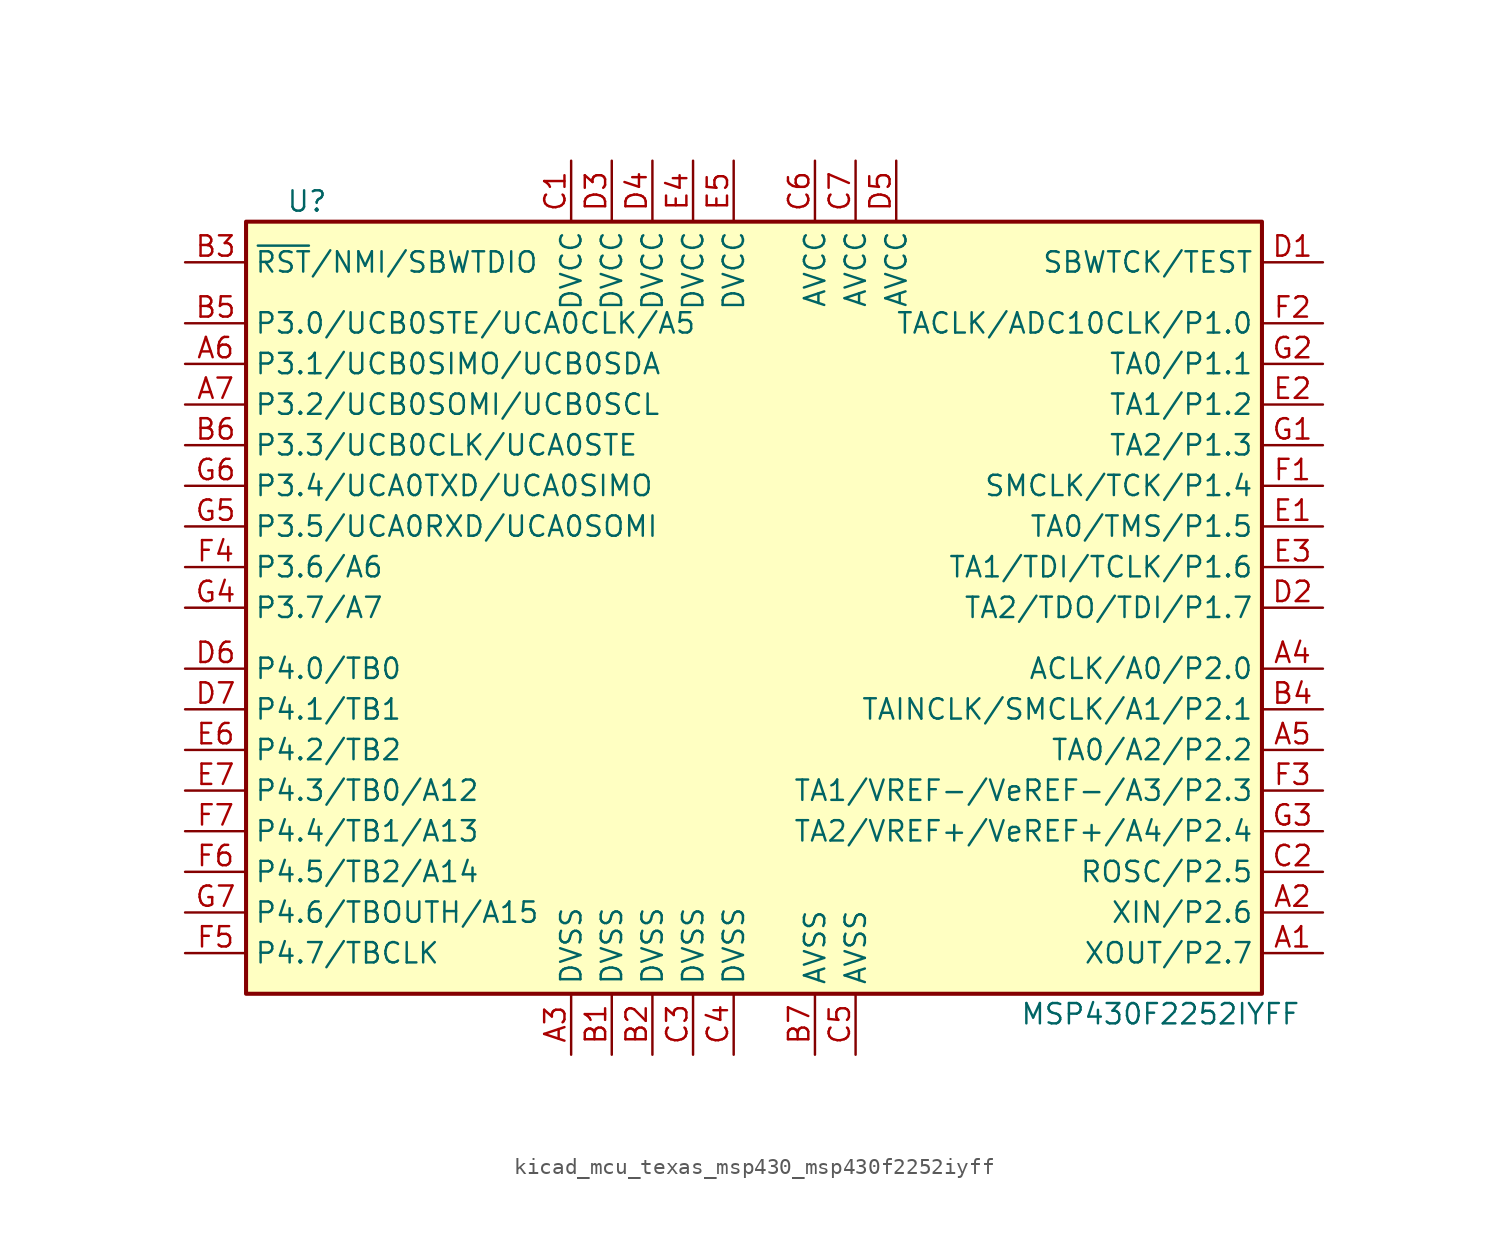
<source format=kicad_sym>
(kicad_symbol_lib
  (version 20220914)
  (generator kicad_symbol_editor)
  (symbol "kicad_mcu_texas_msp430_msp430f2252iyff"
    (property "Reference" "U"
      (at -29.21 25.4 0)
      (effects (font (size 1.27 1.27))))
    (property "Value" "MSP430F2252IYFF"
      (at 24.13 -25.4 0)
      (effects (font (size 1.27 1.27))))
    (symbol "kicad_mcu_texas_msp430_msp430f2252iyff_0_1"
      (rectangle (start -33.02 24.13) (end 30.48 -24.13) (stroke (width 0.254) (type default)) (fill (type background))))
    (symbol "kicad_mcu_texas_msp430_msp430f2252iyff_1_1"
      (pin bidirectional line (at 34.29 -21.59 180) (length 3.81) (name "XOUT/P2.7" (effects (font (size 1.27 1.27)))) (number "A1" (effects (font (size 1.27 1.27)))))
      (pin bidirectional line (at 34.29 -19.05 180) (length 3.81) (name "XIN/P2.6" (effects (font (size 1.27 1.27)))) (number "A2" (effects (font (size 1.27 1.27)))))
      (pin power_in line (at -12.7 -27.94 90) (length 3.81) (name "DVSS" (effects (font (size 1.27 1.27)))) (number "A3" (effects (font (size 1.27 1.27)))))
      (pin bidirectional line (at 34.29 -3.81 180) (length 3.81) (name "ACLK/A0/P2.0" (effects (font (size 1.27 1.27)))) (number "A4" (effects (font (size 1.27 1.27)))))
      (pin bidirectional line (at 34.29 -8.89 180) (length 3.81) (name "TA0/A2/P2.2" (effects (font (size 1.27 1.27)))) (number "A5" (effects (font (size 1.27 1.27)))))
      (pin bidirectional line (at -36.83 15.24 0) (length 3.81) (name "P3.1/UCB0SIMO/UCB0SDA" (effects (font (size 1.27 1.27)))) (number "A6" (effects (font (size 1.27 1.27)))))
      (pin bidirectional line (at -36.83 12.7 0) (length 3.81) (name "P3.2/UCB0SOMI/UCB0SCL" (effects (font (size 1.27 1.27)))) (number "A7" (effects (font (size 1.27 1.27)))))
      (pin power_in line (at -10.16 -27.94 90) (length 3.81) (name "DVSS" (effects (font (size 1.27 1.27)))) (number "B1" (effects (font (size 1.27 1.27)))))
      (pin power_in line (at -7.62 -27.94 90) (length 3.81) (name "DVSS" (effects (font (size 1.27 1.27)))) (number "B2" (effects (font (size 1.27 1.27)))))
      (pin input line (at -36.83 21.59 0) (length 3.81) (name "~{RST}/NMI/SBWTDIO" (effects (font (size 1.27 1.27)))) (number "B3" (effects (font (size 1.27 1.27)))))
      (pin bidirectional line (at 34.29 -6.35 180) (length 3.81) (name "TAINCLK/SMCLK/A1/P2.1" (effects (font (size 1.27 1.27)))) (number "B4" (effects (font (size 1.27 1.27)))))
      (pin bidirectional line (at -36.83 17.78 0) (length 3.81) (name "P3.0/UCB0STE/UCA0CLK/A5" (effects (font (size 1.27 1.27)))) (number "B5" (effects (font (size 1.27 1.27)))))
      (pin bidirectional line (at -36.83 10.16 0) (length 3.81) (name "P3.3/UCB0CLK/UCA0STE" (effects (font (size 1.27 1.27)))) (number "B6" (effects (font (size 1.27 1.27)))))
      (pin power_in line (at 2.54 -27.94 90) (length 3.81) (name "AVSS" (effects (font (size 1.27 1.27)))) (number "B7" (effects (font (size 1.27 1.27)))))
      (pin power_in line (at -12.7 27.94 270) (length 3.81) (name "DVCC" (effects (font (size 1.27 1.27)))) (number "C1" (effects (font (size 1.27 1.27)))))
      (pin bidirectional line (at 34.29 -16.51 180) (length 3.81) (name "ROSC/P2.5" (effects (font (size 1.27 1.27)))) (number "C2" (effects (font (size 1.27 1.27)))))
      (pin power_in line (at -5.08 -27.94 90) (length 3.81) (name "DVSS" (effects (font (size 1.27 1.27)))) (number "C3" (effects (font (size 1.27 1.27)))))
      (pin power_in line (at -2.54 -27.94 90) (length 3.81) (name "DVSS" (effects (font (size 1.27 1.27)))) (number "C4" (effects (font (size 1.27 1.27)))))
      (pin power_in line (at 5.08 -27.94 90) (length 3.81) (name "AVSS" (effects (font (size 1.27 1.27)))) (number "C5" (effects (font (size 1.27 1.27)))))
      (pin power_in line (at 2.54 27.94 270) (length 3.81) (name "AVCC" (effects (font (size 1.27 1.27)))) (number "C6" (effects (font (size 1.27 1.27)))))
      (pin power_in line (at 5.08 27.94 270) (length 3.81) (name "AVCC" (effects (font (size 1.27 1.27)))) (number "C7" (effects (font (size 1.27 1.27)))))
      (pin input line (at 34.29 21.59 180) (length 3.81) (name "SBWTCK/TEST" (effects (font (size 1.27 1.27)))) (number "D1" (effects (font (size 1.27 1.27)))))
      (pin bidirectional line (at 34.29 0 180) (length 3.81) (name "TA2/TDO/TDI/P1.7" (effects (font (size 1.27 1.27)))) (number "D2" (effects (font (size 1.27 1.27)))))
      (pin power_in line (at -10.16 27.94 270) (length 3.81) (name "DVCC" (effects (font (size 1.27 1.27)))) (number "D3" (effects (font (size 1.27 1.27)))))
      (pin power_in line (at -7.62 27.94 270) (length 3.81) (name "DVCC" (effects (font (size 1.27 1.27)))) (number "D4" (effects (font (size 1.27 1.27)))))
      (pin power_in line (at 7.62 27.94 270) (length 3.81) (name "AVCC" (effects (font (size 1.27 1.27)))) (number "D5" (effects (font (size 1.27 1.27)))))
      (pin bidirectional line (at -36.83 -3.81 0) (length 3.81) (name "P4.0/TB0" (effects (font (size 1.27 1.27)))) (number "D6" (effects (font (size 1.27 1.27)))))
      (pin bidirectional line (at -36.83 -6.35 0) (length 3.81) (name "P4.1/TB1" (effects (font (size 1.27 1.27)))) (number "D7" (effects (font (size 1.27 1.27)))))
      (pin bidirectional line (at 34.29 5.08 180) (length 3.81) (name "TA0/TMS/P1.5" (effects (font (size 1.27 1.27)))) (number "E1" (effects (font (size 1.27 1.27)))))
      (pin bidirectional line (at 34.29 12.7 180) (length 3.81) (name "TA1/P1.2" (effects (font (size 1.27 1.27)))) (number "E2" (effects (font (size 1.27 1.27)))))
      (pin bidirectional line (at 34.29 2.54 180) (length 3.81) (name "TA1/TDI/TCLK/P1.6" (effects (font (size 1.27 1.27)))) (number "E3" (effects (font (size 1.27 1.27)))))
      (pin power_in line (at -5.08 27.94 270) (length 3.81) (name "DVCC" (effects (font (size 1.27 1.27)))) (number "E4" (effects (font (size 1.27 1.27)))))
      (pin power_in line (at -2.54 27.94 270) (length 3.81) (name "DVCC" (effects (font (size 1.27 1.27)))) (number "E5" (effects (font (size 1.27 1.27)))))
      (pin bidirectional line (at -36.83 -8.89 0) (length 3.81) (name "P4.2/TB2" (effects (font (size 1.27 1.27)))) (number "E6" (effects (font (size 1.27 1.27)))))
      (pin bidirectional line (at -36.83 -11.43 0) (length 3.81) (name "P4.3/TB0/A12" (effects (font (size 1.27 1.27)))) (number "E7" (effects (font (size 1.27 1.27)))))
      (pin bidirectional line (at 34.29 7.62 180) (length 3.81) (name "SMCLK/TCK/P1.4" (effects (font (size 1.27 1.27)))) (number "F1" (effects (font (size 1.27 1.27)))))
      (pin bidirectional line (at 34.29 17.78 180) (length 3.81) (name "TACLK/ADC10CLK/P1.0" (effects (font (size 1.27 1.27)))) (number "F2" (effects (font (size 1.27 1.27)))))
      (pin bidirectional line (at 34.29 -11.43 180) (length 3.81) (name "TA1/VREF-/VeREF-/A3/P2.3" (effects (font (size 1.27 1.27)))) (number "F3" (effects (font (size 1.27 1.27)))))
      (pin bidirectional line (at -36.83 2.54 0) (length 3.81) (name "P3.6/A6" (effects (font (size 1.27 1.27)))) (number "F4" (effects (font (size 1.27 1.27)))))
      (pin bidirectional line (at -36.83 -21.59 0) (length 3.81) (name "P4.7/TBCLK" (effects (font (size 1.27 1.27)))) (number "F5" (effects (font (size 1.27 1.27)))))
      (pin bidirectional line (at -36.83 -16.51 0) (length 3.81) (name "P4.5/TB2/A14" (effects (font (size 1.27 1.27)))) (number "F6" (effects (font (size 1.27 1.27)))))
      (pin bidirectional line (at -36.83 -13.97 0) (length 3.81) (name "P4.4/TB1/A13" (effects (font (size 1.27 1.27)))) (number "F7" (effects (font (size 1.27 1.27)))))
      (pin bidirectional line (at 34.29 10.16 180) (length 3.81) (name "TA2/P1.3" (effects (font (size 1.27 1.27)))) (number "G1" (effects (font (size 1.27 1.27)))))
      (pin bidirectional line (at 34.29 15.24 180) (length 3.81) (name "TA0/P1.1" (effects (font (size 1.27 1.27)))) (number "G2" (effects (font (size 1.27 1.27)))))
      (pin bidirectional line (at 34.29 -13.97 180) (length 3.81) (name "TA2/VREF+/VeREF+/A4/P2.4" (effects (font (size 1.27 1.27)))) (number "G3" (effects (font (size 1.27 1.27)))))
      (pin bidirectional line (at -36.83 0 0) (length 3.81) (name "P3.7/A7" (effects (font (size 1.27 1.27)))) (number "G4" (effects (font (size 1.27 1.27)))))
      (pin bidirectional line (at -36.83 5.08 0) (length 3.81) (name "P3.5/UCA0RXD/UCA0SOMI" (effects (font (size 1.27 1.27)))) (number "G5" (effects (font (size 1.27 1.27)))))
      (pin bidirectional line (at -36.83 7.62 0) (length 3.81) (name "P3.4/UCA0TXD/UCA0SIMO" (effects (font (size 1.27 1.27)))) (number "G6" (effects (font (size 1.27 1.27)))))
      (pin bidirectional line (at -36.83 -19.05 0) (length 3.81) (name "P4.6/TBOUTH/A15" (effects (font (size 1.27 1.27)))) (number "G7" (effects (font (size 1.27 1.27))))))))
</source>
